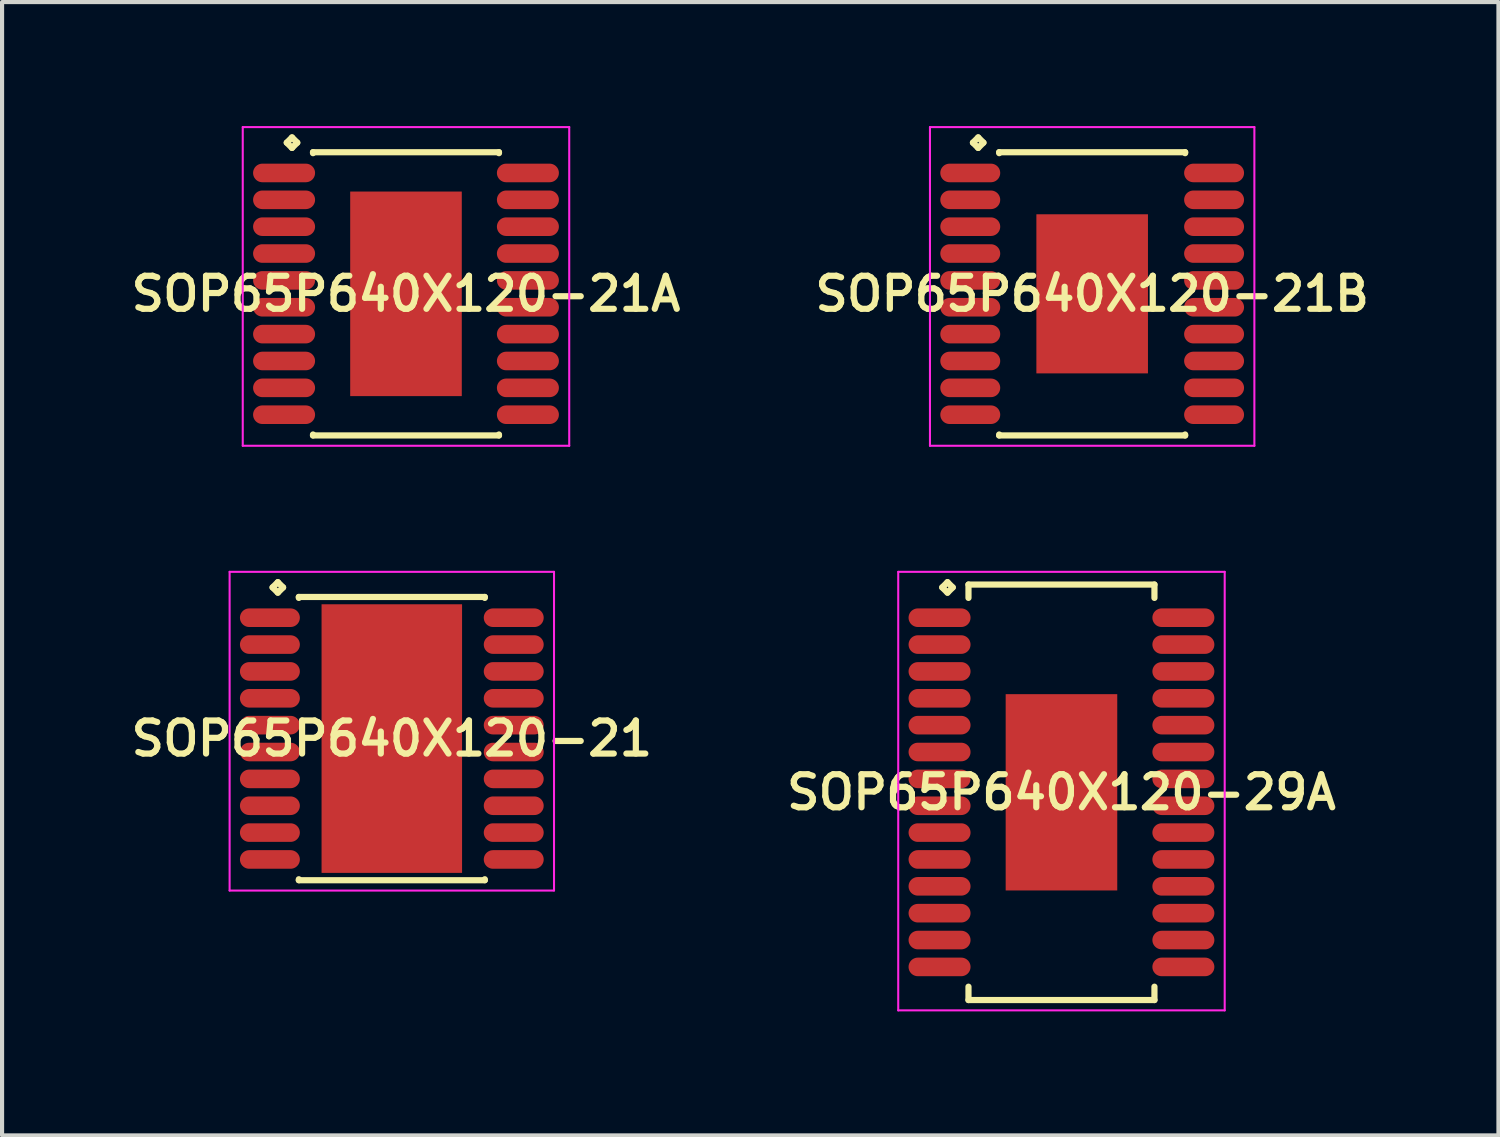
<source format=kicad_pcb>
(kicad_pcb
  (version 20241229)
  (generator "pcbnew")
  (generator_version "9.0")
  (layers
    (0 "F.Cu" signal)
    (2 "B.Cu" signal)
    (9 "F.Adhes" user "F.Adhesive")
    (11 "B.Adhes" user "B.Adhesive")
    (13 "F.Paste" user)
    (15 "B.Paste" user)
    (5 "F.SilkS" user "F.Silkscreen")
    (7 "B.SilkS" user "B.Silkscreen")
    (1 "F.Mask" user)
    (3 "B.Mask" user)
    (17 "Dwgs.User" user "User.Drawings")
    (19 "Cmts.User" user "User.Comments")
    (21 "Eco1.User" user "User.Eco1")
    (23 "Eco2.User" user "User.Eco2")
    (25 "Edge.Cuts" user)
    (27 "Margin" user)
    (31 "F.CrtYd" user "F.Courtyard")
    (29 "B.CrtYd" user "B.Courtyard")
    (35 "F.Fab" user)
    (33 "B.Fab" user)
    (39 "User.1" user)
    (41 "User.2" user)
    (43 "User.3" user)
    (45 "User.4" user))
  (footprint "SOP65P640X120-29A"
    (layer "F.Cu")
    (at 22.635 16.122)
    (property "Reference" "SOP65P640X120-29A" (at 0 0 0) (layer "F.SilkS") (effects (font (size 0.8 0.8) (thickness 0.15))))
    (attr smd)
    (fp_line (start -2.885 -4.958) (end -2.758 -5.085) (stroke (width 0.15) (type solid)) (layer "F.SilkS"))
    (fp_line (start -2.758 -5.085) (end -2.631 -4.958) (stroke (width 0.15) (type solid)) (layer "F.SilkS"))
    (fp_line (start -2.758 -4.831) (end -2.885 -4.958) (stroke (width 0.15) (type solid)) (layer "F.SilkS"))
    (fp_line (start -2.631 -4.958) (end -2.758 -4.831) (stroke (width 0.15) (type solid)) (layer "F.SilkS"))
    (fp_line (start -2.25 -5.027) (end 2.25 -5.027) (stroke (width 0.15) (type solid)) (layer "F.SilkS"))
    (fp_line (start -2.25 -4.704) (end -2.25 -5.027) (stroke (width 0.15) (type solid)) (layer "F.SilkS"))
    (fp_line (start -2.25 4.704) (end -2.25 5.027) (stroke (width 0.15) (type solid)) (layer "F.SilkS"))
    (fp_line (start -2.25 5.027) (end 2.25 5.027) (stroke (width 0.15) (type solid)) (layer "F.SilkS"))
    (fp_line (start 2.25 -5.027) (end 2.25 -4.704) (stroke (width 0.15) (type solid)) (layer "F.SilkS"))
    (fp_line (start 2.25 5.027) (end 2.25 4.704) (stroke (width 0.15) (type solid)) (layer "F.SilkS"))
    (fp_line (start -3.95 -5.335) (end 3.95 -5.335) (stroke (width 0.05) (type solid)) (layer "F.CrtYd"))
    (fp_line (start -3.95 5.277) (end -3.95 -5.335) (stroke (width 0.05) (type solid)) (layer "F.CrtYd"))
    (fp_line (start 3.95 -5.335) (end 3.95 5.277) (stroke (width 0.05) (type solid)) (layer "F.CrtYd"))
    (fp_line (start 3.95 5.277) (end -3.95 5.277) (stroke (width 0.05) (type solid)) (layer "F.CrtYd"))
    (pad "1" smd oval (at -2.95 -4.225) (size 1.5 0.45) (layers "F.Cu" "F.Mask" "F.Paste"))
    (pad "2" smd oval (at -2.95 -3.575) (size 1.5 0.45) (layers "F.Cu" "F.Mask" "F.Paste"))
    (pad "3" smd oval (at -2.95 -2.925) (size 1.5 0.45) (layers "F.Cu" "F.Mask" "F.Paste"))
    (pad "4" smd oval (at -2.95 -2.275) (size 1.5 0.45) (layers "F.Cu" "F.Mask" "F.Paste"))
    (pad "5" smd oval (at -2.95 -1.625) (size 1.5 0.45) (layers "F.Cu" "F.Mask" "F.Paste"))
    (pad "6" smd oval (at -2.95 -0.975) (size 1.5 0.45) (layers "F.Cu" "F.Mask" "F.Paste"))
    (pad "7" smd oval (at -2.95 -0.325) (size 1.5 0.45) (layers "F.Cu" "F.Mask" "F.Paste"))
    (pad "8" smd oval (at -2.95 0.325) (size 1.5 0.45) (layers "F.Cu" "F.Mask" "F.Paste"))
    (pad "9" smd oval (at -2.95 0.975) (size 1.5 0.45) (layers "F.Cu" "F.Mask" "F.Paste"))
    (pad "10" smd oval (at -2.95 1.625) (size 1.5 0.45) (layers "F.Cu" "F.Mask" "F.Paste"))
    (pad "11" smd oval (at -2.95 2.275) (size 1.5 0.45) (layers "F.Cu" "F.Mask" "F.Paste"))
    (pad "12" smd oval (at -2.95 2.925) (size 1.5 0.45) (layers "F.Cu" "F.Mask" "F.Paste"))
    (pad "13" smd oval (at -2.95 3.575) (size 1.5 0.45) (layers "F.Cu" "F.Mask" "F.Paste"))
    (pad "14" smd oval (at -2.95 4.225) (size 1.5 0.45) (layers "F.Cu" "F.Mask" "F.Paste"))
    (pad "15" smd oval (at 2.95 4.225) (size 1.5 0.45) (layers "F.Cu" "F.Mask" "F.Paste"))
    (pad "16" smd oval (at 2.95 3.575) (size 1.5 0.45) (layers "F.Cu" "F.Mask" "F.Paste"))
    (pad "17" smd oval (at 2.95 2.925) (size 1.5 0.45) (layers "F.Cu" "F.Mask" "F.Paste"))
    (pad "18" smd oval (at 2.95 2.275) (size 1.5 0.45) (layers "F.Cu" "F.Mask" "F.Paste"))
    (pad "19" smd oval (at 2.95 1.625) (size 1.5 0.45) (layers "F.Cu" "F.Mask" "F.Paste"))
    (pad "20" smd oval (at 2.95 0.975) (size 1.5 0.45) (layers "F.Cu" "F.Mask" "F.Paste"))
    (pad "21" smd oval (at 2.95 0.325) (size 1.5 0.45) (layers "F.Cu" "F.Mask" "F.Paste"))
    (pad "22" smd oval (at 2.95 -0.325) (size 1.5 0.45) (layers "F.Cu" "F.Mask" "F.Paste"))
    (pad "23" smd oval (at 2.95 -0.975) (size 1.5 0.45) (layers "F.Cu" "F.Mask" "F.Paste"))
    (pad "24" smd oval (at 2.95 -1.625) (size 1.5 0.45) (layers "F.Cu" "F.Mask" "F.Paste"))
    (pad "25" smd oval (at 2.95 -2.275) (size 1.5 0.45) (layers "F.Cu" "F.Mask" "F.Paste"))
    (pad "26" smd oval (at 2.95 -2.925) (size 1.5 0.45) (layers "F.Cu" "F.Mask" "F.Paste"))
    (pad "27" smd oval (at 2.95 -3.575) (size 1.5 0.45) (layers "F.Cu" "F.Mask" "F.Paste"))
    (pad "28" smd oval (at 2.95 -4.225) (size 1.5 0.45) (layers "F.Cu" "F.Mask" "F.Paste"))
    (pad "29" smd rect (at 0 0) (size 2.7 4.75) (layers "F.Cu" "F.Mask" "F.Paste")))
  (footprint "SOP65P640X120-21A"
    (layer "F.Cu")
    (at 6.774 4.06)
    (property "Reference" "SOP65P640X120-21A" (at 0 0 0) (layer "F.SilkS") (effects (font (size 0.8 0.8) (thickness 0.15))))
    (attr smd)
    (fp_line (start -2.885 -3.658) (end -2.758 -3.785) (stroke (width 0.15) (type solid)) (layer "F.SilkS"))
    (fp_line (start -2.758 -3.785) (end -2.631 -3.658) (stroke (width 0.15) (type solid)) (layer "F.SilkS"))
    (fp_line (start -2.758 -3.531) (end -2.885 -3.658) (stroke (width 0.15) (type solid)) (layer "F.SilkS"))
    (fp_line (start -2.631 -3.658) (end -2.758 -3.531) (stroke (width 0.15) (type solid)) (layer "F.SilkS"))
    (fp_line (start -2.25 -3.427) (end 2.25 -3.427) (stroke (width 0.15) (type solid)) (layer "F.SilkS"))
    (fp_line (start -2.25 -3.404) (end -2.25 -3.427) (stroke (width 0.15) (type solid)) (layer "F.SilkS"))
    (fp_line (start -2.25 3.404) (end -2.25 3.427) (stroke (width 0.15) (type solid)) (layer "F.SilkS"))
    (fp_line (start -2.25 3.427) (end 2.25 3.427) (stroke (width 0.15) (type solid)) (layer "F.SilkS"))
    (fp_line (start 2.25 -3.427) (end 2.25 -3.404) (stroke (width 0.15) (type solid)) (layer "F.SilkS"))
    (fp_line (start 2.25 3.427) (end 2.25 3.404) (stroke (width 0.15) (type solid)) (layer "F.SilkS"))
    (fp_line (start -3.95 -4.035) (end 3.95 -4.035) (stroke (width 0.05) (type solid)) (layer "F.CrtYd"))
    (fp_line (start -3.95 3.677) (end -3.95 -4.035) (stroke (width 0.05) (type solid)) (layer "F.CrtYd"))
    (fp_line (start 3.95 -4.035) (end 3.95 3.677) (stroke (width 0.05) (type solid)) (layer "F.CrtYd"))
    (fp_line (start 3.95 3.677) (end -3.95 3.677) (stroke (width 0.05) (type solid)) (layer "F.CrtYd"))
    (pad "1" smd oval (at -2.95 -2.925) (size 1.5 0.45) (layers "F.Cu" "F.Mask" "F.Paste"))
    (pad "2" smd oval (at -2.95 -2.275) (size 1.5 0.45) (layers "F.Cu" "F.Mask" "F.Paste"))
    (pad "3" smd oval (at -2.95 -1.625) (size 1.5 0.45) (layers "F.Cu" "F.Mask" "F.Paste"))
    (pad "4" smd oval (at -2.95 -0.975) (size 1.5 0.45) (layers "F.Cu" "F.Mask" "F.Paste"))
    (pad "5" smd oval (at -2.95 -0.325) (size 1.5 0.45) (layers "F.Cu" "F.Mask" "F.Paste"))
    (pad "6" smd oval (at -2.95 0.325) (size 1.5 0.45) (layers "F.Cu" "F.Mask" "F.Paste"))
    (pad "7" smd oval (at -2.95 0.975) (size 1.5 0.45) (layers "F.Cu" "F.Mask" "F.Paste"))
    (pad "8" smd oval (at -2.95 1.625) (size 1.5 0.45) (layers "F.Cu" "F.Mask" "F.Paste"))
    (pad "9" smd oval (at -2.95 2.275) (size 1.5 0.45) (layers "F.Cu" "F.Mask" "F.Paste"))
    (pad "10" smd oval (at -2.95 2.925) (size 1.5 0.45) (layers "F.Cu" "F.Mask" "F.Paste"))
    (pad "11" smd oval (at 2.95 2.925) (size 1.5 0.45) (layers "F.Cu" "F.Mask" "F.Paste"))
    (pad "12" smd oval (at 2.95 2.275) (size 1.5 0.45) (layers "F.Cu" "F.Mask" "F.Paste"))
    (pad "13" smd oval (at 2.95 1.625) (size 1.5 0.45) (layers "F.Cu" "F.Mask" "F.Paste"))
    (pad "14" smd oval (at 2.95 0.975) (size 1.5 0.45) (layers "F.Cu" "F.Mask" "F.Paste"))
    (pad "15" smd oval (at 2.95 0.325) (size 1.5 0.45) (layers "F.Cu" "F.Mask" "F.Paste"))
    (pad "16" smd oval (at 2.95 -0.325) (size 1.5 0.45) (layers "F.Cu" "F.Mask" "F.Paste"))
    (pad "17" smd oval (at 2.95 -0.975) (size 1.5 0.45) (layers "F.Cu" "F.Mask" "F.Paste"))
    (pad "18" smd oval (at 2.95 -1.625) (size 1.5 0.45) (layers "F.Cu" "F.Mask" "F.Paste"))
    (pad "19" smd oval (at 2.95 -2.275) (size 1.5 0.45) (layers "F.Cu" "F.Mask" "F.Paste"))
    (pad "20" smd oval (at 2.95 -2.925) (size 1.5 0.45) (layers "F.Cu" "F.Mask" "F.Paste"))
    (pad "21" smd rect (at 0 0) (size 2.7 4.95) (layers "F.Cu" "F.Mask" "F.Paste")))
  (footprint "SOP65P640X120-21B"
    (layer "F.Cu")
    (at 23.378 4.06)
    (property "Reference" "SOP65P640X120-21B" (at 0 0 0) (layer "F.SilkS") (effects (font (size 0.8 0.8) (thickness 0.15))))
    (attr smd)
    (fp_line (start -2.885 -3.658) (end -2.758 -3.785) (stroke (width 0.15) (type solid)) (layer "F.SilkS"))
    (fp_line (start -2.758 -3.785) (end -2.631 -3.658) (stroke (width 0.15) (type solid)) (layer "F.SilkS"))
    (fp_line (start -2.758 -3.531) (end -2.885 -3.658) (stroke (width 0.15) (type solid)) (layer "F.SilkS"))
    (fp_line (start -2.631 -3.658) (end -2.758 -3.531) (stroke (width 0.15) (type solid)) (layer "F.SilkS"))
    (fp_line (start -2.25 -3.427) (end 2.25 -3.427) (stroke (width 0.15) (type solid)) (layer "F.SilkS"))
    (fp_line (start -2.25 -3.404) (end -2.25 -3.427) (stroke (width 0.15) (type solid)) (layer "F.SilkS"))
    (fp_line (start -2.25 3.404) (end -2.25 3.427) (stroke (width 0.15) (type solid)) (layer "F.SilkS"))
    (fp_line (start -2.25 3.427) (end 2.25 3.427) (stroke (width 0.15) (type solid)) (layer "F.SilkS"))
    (fp_line (start 2.25 -3.427) (end 2.25 -3.404) (stroke (width 0.15) (type solid)) (layer "F.SilkS"))
    (fp_line (start 2.25 3.427) (end 2.25 3.404) (stroke (width 0.15) (type solid)) (layer "F.SilkS"))
    (fp_line (start -3.925 -4.035) (end 3.925 -4.035) (stroke (width 0.05) (type solid)) (layer "F.CrtYd"))
    (fp_line (start -3.925 3.677) (end -3.925 -4.035) (stroke (width 0.05) (type solid)) (layer "F.CrtYd"))
    (fp_line (start 3.925 -4.035) (end 3.925 3.677) (stroke (width 0.05) (type solid)) (layer "F.CrtYd"))
    (fp_line (start 3.925 3.677) (end -3.925 3.677) (stroke (width 0.05) (type solid)) (layer "F.CrtYd"))
    (pad "1" smd oval (at -2.95 -2.925) (size 1.45 0.45) (layers "F.Cu" "F.Mask" "F.Paste"))
    (pad "2" smd oval (at -2.95 -2.275) (size 1.45 0.45) (layers "F.Cu" "F.Mask" "F.Paste"))
    (pad "3" smd oval (at -2.95 -1.625) (size 1.45 0.45) (layers "F.Cu" "F.Mask" "F.Paste"))
    (pad "4" smd oval (at -2.95 -0.975) (size 1.45 0.45) (layers "F.Cu" "F.Mask" "F.Paste"))
    (pad "5" smd oval (at -2.95 -0.325) (size 1.45 0.45) (layers "F.Cu" "F.Mask" "F.Paste"))
    (pad "6" smd oval (at -2.95 0.325) (size 1.45 0.45) (layers "F.Cu" "F.Mask" "F.Paste"))
    (pad "7" smd oval (at -2.95 0.975) (size 1.45 0.45) (layers "F.Cu" "F.Mask" "F.Paste"))
    (pad "8" smd oval (at -2.95 1.625) (size 1.45 0.45) (layers "F.Cu" "F.Mask" "F.Paste"))
    (pad "9" smd oval (at -2.95 2.275) (size 1.45 0.45) (layers "F.Cu" "F.Mask" "F.Paste"))
    (pad "10" smd oval (at -2.95 2.925) (size 1.45 0.45) (layers "F.Cu" "F.Mask" "F.Paste"))
    (pad "11" smd oval (at 2.95 2.925) (size 1.45 0.45) (layers "F.Cu" "F.Mask" "F.Paste"))
    (pad "12" smd oval (at 2.95 2.275) (size 1.45 0.45) (layers "F.Cu" "F.Mask" "F.Paste"))
    (pad "13" smd oval (at 2.95 1.625) (size 1.45 0.45) (layers "F.Cu" "F.Mask" "F.Paste"))
    (pad "14" smd oval (at 2.95 0.975) (size 1.45 0.45) (layers "F.Cu" "F.Mask" "F.Paste"))
    (pad "15" smd oval (at 2.95 0.325) (size 1.45 0.45) (layers "F.Cu" "F.Mask" "F.Paste"))
    (pad "16" smd oval (at 2.95 -0.325) (size 1.45 0.45) (layers "F.Cu" "F.Mask" "F.Paste"))
    (pad "17" smd oval (at 2.95 -0.975) (size 1.45 0.45) (layers "F.Cu" "F.Mask" "F.Paste"))
    (pad "18" smd oval (at 2.95 -1.625) (size 1.45 0.45) (layers "F.Cu" "F.Mask" "F.Paste"))
    (pad "19" smd oval (at 2.95 -2.275) (size 1.45 0.45) (layers "F.Cu" "F.Mask" "F.Paste"))
    (pad "20" smd oval (at 2.95 -2.925) (size 1.45 0.45) (layers "F.Cu" "F.Mask" "F.Paste"))
    (pad "21" smd rect (at 0 0) (size 2.7 3.85) (layers "F.Cu" "F.Mask" "F.Paste")))
  (footprint "SOP65P640X120-21"
    (layer "F.Cu")
    (at 6.431 14.822)
    (property "Reference" "SOP65P640X120-21" (at 0 0 0) (layer "F.SilkS") (effects (font (size 0.8 0.8) (thickness 0.15))))
    (attr smd)
    (fp_line (start -2.885 -3.658) (end -2.758 -3.785) (stroke (width 0.15) (type solid)) (layer "F.SilkS"))
    (fp_line (start -2.758 -3.785) (end -2.631 -3.658) (stroke (width 0.15) (type solid)) (layer "F.SilkS"))
    (fp_line (start -2.758 -3.531) (end -2.885 -3.658) (stroke (width 0.15) (type solid)) (layer "F.SilkS"))
    (fp_line (start -2.631 -3.658) (end -2.758 -3.531) (stroke (width 0.15) (type solid)) (layer "F.SilkS"))
    (fp_line (start -2.25 -3.427) (end 2.25 -3.427) (stroke (width 0.15) (type solid)) (layer "F.SilkS"))
    (fp_line (start -2.25 -3.404) (end -2.25 -3.427) (stroke (width 0.15) (type solid)) (layer "F.SilkS"))
    (fp_line (start -2.25 3.404) (end -2.25 3.427) (stroke (width 0.15) (type solid)) (layer "F.SilkS"))
    (fp_line (start -2.25 3.427) (end 2.25 3.427) (stroke (width 0.15) (type solid)) (layer "F.SilkS"))
    (fp_line (start 2.25 -3.427) (end 2.25 -3.404) (stroke (width 0.15) (type solid)) (layer "F.SilkS"))
    (fp_line (start 2.25 3.427) (end 2.25 3.404) (stroke (width 0.15) (type solid)) (layer "F.SilkS"))
    (fp_line (start -3.925 -4.035) (end 3.925 -4.035) (stroke (width 0.05) (type solid)) (layer "F.CrtYd"))
    (fp_line (start -3.925 3.677) (end -3.925 -4.035) (stroke (width 0.05) (type solid)) (layer "F.CrtYd"))
    (fp_line (start 3.925 -4.035) (end 3.925 3.677) (stroke (width 0.05) (type solid)) (layer "F.CrtYd"))
    (fp_line (start 3.925 3.677) (end -3.925 3.677) (stroke (width 0.05) (type solid)) (layer "F.CrtYd"))
    (pad "1" smd oval (at -2.95 -2.925) (size 1.45 0.45) (layers "F.Cu" "F.Mask" "F.Paste"))
    (pad "2" smd oval (at -2.95 -2.275) (size 1.45 0.45) (layers "F.Cu" "F.Mask" "F.Paste"))
    (pad "3" smd oval (at -2.95 -1.625) (size 1.45 0.45) (layers "F.Cu" "F.Mask" "F.Paste"))
    (pad "4" smd oval (at -2.95 -0.975) (size 1.45 0.45) (layers "F.Cu" "F.Mask" "F.Paste"))
    (pad "5" smd oval (at -2.95 -0.325) (size 1.45 0.45) (layers "F.Cu" "F.Mask" "F.Paste"))
    (pad "6" smd oval (at -2.95 0.325) (size 1.45 0.45) (layers "F.Cu" "F.Mask" "F.Paste"))
    (pad "7" smd oval (at -2.95 0.975) (size 1.45 0.45) (layers "F.Cu" "F.Mask" "F.Paste"))
    (pad "8" smd oval (at -2.95 1.625) (size 1.45 0.45) (layers "F.Cu" "F.Mask" "F.Paste"))
    (pad "9" smd oval (at -2.95 2.275) (size 1.45 0.45) (layers "F.Cu" "F.Mask" "F.Paste"))
    (pad "10" smd oval (at -2.95 2.925) (size 1.45 0.45) (layers "F.Cu" "F.Mask" "F.Paste"))
    (pad "11" smd oval (at 2.95 2.925) (size 1.45 0.45) (layers "F.Cu" "F.Mask" "F.Paste"))
    (pad "12" smd oval (at 2.95 2.275) (size 1.45 0.45) (layers "F.Cu" "F.Mask" "F.Paste"))
    (pad "13" smd oval (at 2.95 1.625) (size 1.45 0.45) (layers "F.Cu" "F.Mask" "F.Paste"))
    (pad "14" smd oval (at 2.95 0.975) (size 1.45 0.45) (layers "F.Cu" "F.Mask" "F.Paste"))
    (pad "15" smd oval (at 2.95 0.325) (size 1.45 0.45) (layers "F.Cu" "F.Mask" "F.Paste"))
    (pad "16" smd oval (at 2.95 -0.325) (size 1.45 0.45) (layers "F.Cu" "F.Mask" "F.Paste"))
    (pad "17" smd oval (at 2.95 -0.975) (size 1.45 0.45) (layers "F.Cu" "F.Mask" "F.Paste"))
    (pad "18" smd oval (at 2.95 -1.625) (size 1.45 0.45) (layers "F.Cu" "F.Mask" "F.Paste"))
    (pad "19" smd oval (at 2.95 -2.275) (size 1.45 0.45) (layers "F.Cu" "F.Mask" "F.Paste"))
    (pad "20" smd oval (at 2.95 -2.925) (size 1.45 0.45) (layers "F.Cu" "F.Mask" "F.Paste"))
    (pad "21" smd rect (at 0 0) (size 3.4 6.5) (layers "F.Cu" "F.Mask" "F.Paste")))
  (gr_rect
    (start -3 -3)
    (end 33.209 24.424)
    (stroke (width 0.1) (type default))
    (fill no)
    (layer "Edge.Cuts")))
</source>
